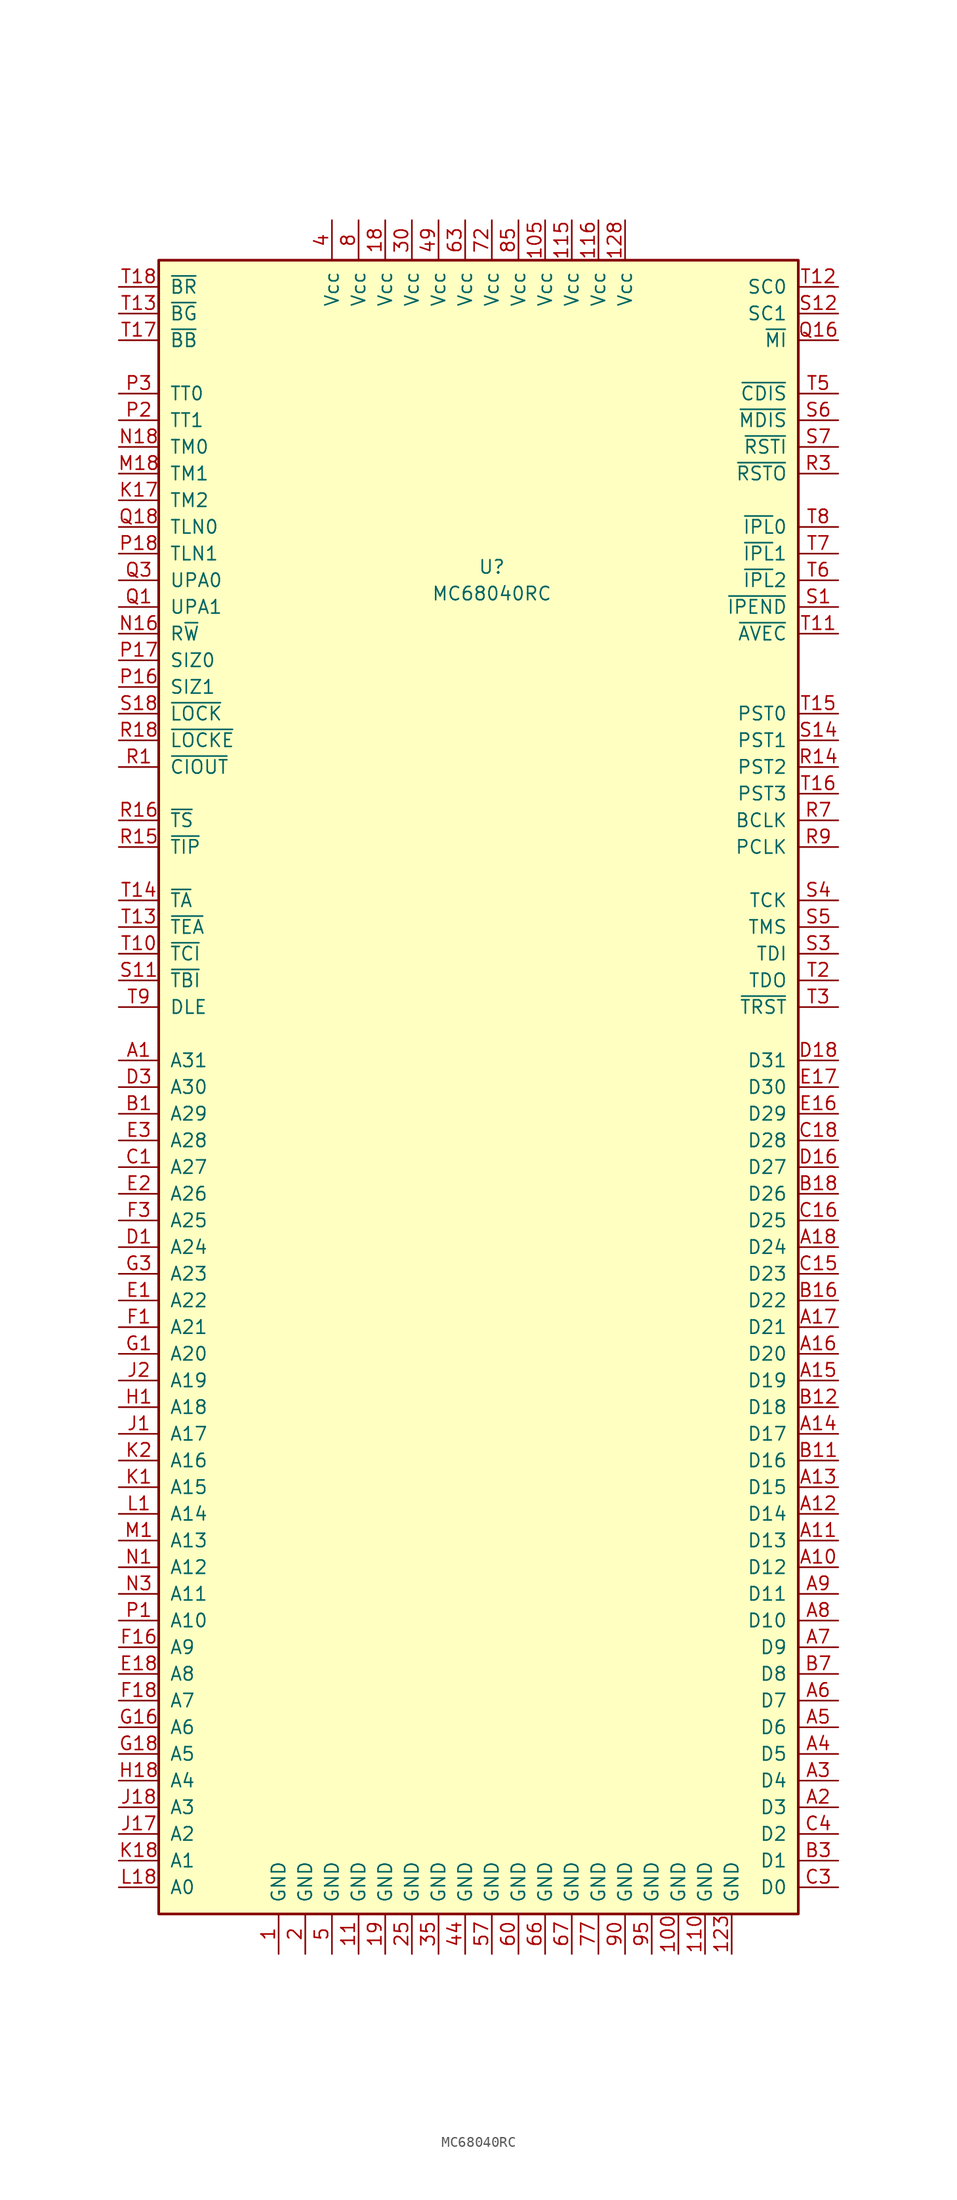
<source format=kicad_sym>
(kicad_symbol_lib
  (version 20211014)
  (generator kicad_symbol_editor)
  (symbol "MC68040RC"
    (pin_names
      (offset 1.016))
    (property "Reference" "U"
      (at 1.27 66.04 0)
      (effects (font (size 1.27 1.27))))
    (property "Value" "MC68040RC"
      (at 1.27 63.5 0)
      (effects (font (size 1.27 1.27))))
    (symbol "MC68040RC_0_1"
      (rectangle (start 30.48 -62.23) (end -30.48 95.25) (stroke (width 0.254) (type default) (color 0 0 0 0)) (fill (type background))))
    (symbol "MC68040RC_1_1"
      (pin power_in line (at -19.05 -66.04 90) (length 3.81) (name "GND" (effects (font (size 1.27 1.27)))) (number "1" (effects (font (size 1.27 1.27)))))
      (pin power_in line (at 19.05 -66.04 90) (length 3.81) (name "GND" (effects (font (size 1.27 1.27)))) (number "100" (effects (font (size 1.27 1.27)))))
      (pin power_in line (at 6.35 99.06 270) (length 3.81) (name "Vcc" (effects (font (size 1.27 1.27)))) (number "105" (effects (font (size 1.27 1.27)))))
      (pin power_in line (at -11.43 -66.04 90) (length 3.81) (name "GND" (effects (font (size 1.27 1.27)))) (number "11" (effects (font (size 1.27 1.27)))))
      (pin power_in line (at 21.59 -66.04 90) (length 3.81) (name "GND" (effects (font (size 1.27 1.27)))) (number "110" (effects (font (size 1.27 1.27)))))
      (pin power_in line (at 8.89 99.06 270) (length 3.81) (name "Vcc" (effects (font (size 1.27 1.27)))) (number "115" (effects (font (size 1.27 1.27)))))
      (pin power_in line (at 11.43 99.06 270) (length 3.81) (name "Vcc" (effects (font (size 1.27 1.27)))) (number "116" (effects (font (size 1.27 1.27)))))
      (pin power_in line (at 24.13 -66.04 90) (length 3.81) (name "GND" (effects (font (size 1.27 1.27)))) (number "123" (effects (font (size 1.27 1.27)))))
      (pin power_in line (at 13.97 99.06 270) (length 3.81) (name "Vcc" (effects (font (size 1.27 1.27)))) (number "128" (effects (font (size 1.27 1.27)))))
      (pin power_in line (at -8.89 99.06 270) (length 3.81) (name "Vcc" (effects (font (size 1.27 1.27)))) (number "18" (effects (font (size 1.27 1.27)))))
      (pin power_in line (at -8.89 -66.04 90) (length 3.81) (name "GND" (effects (font (size 1.27 1.27)))) (number "19" (effects (font (size 1.27 1.27)))))
      (pin power_in line (at -16.51 -66.04 90) (length 3.81) (name "GND" (effects (font (size 1.27 1.27)))) (number "2" (effects (font (size 1.27 1.27)))))
      (pin power_in line (at -6.35 -66.04 90) (length 3.81) (name "GND" (effects (font (size 1.27 1.27)))) (number "25" (effects (font (size 1.27 1.27)))))
      (pin power_in line (at -6.35 99.06 270) (length 3.81) (name "Vcc" (effects (font (size 1.27 1.27)))) (number "30" (effects (font (size 1.27 1.27)))))
      (pin power_in line (at -3.81 -66.04 90) (length 3.81) (name "GND" (effects (font (size 1.27 1.27)))) (number "35" (effects (font (size 1.27 1.27)))))
      (pin power_in line (at -13.97 99.06 270) (length 3.81) (name "Vcc" (effects (font (size 1.27 1.27)))) (number "4" (effects (font (size 1.27 1.27)))))
      (pin power_in line (at -1.27 -66.04 90) (length 3.81) (name "GND" (effects (font (size 1.27 1.27)))) (number "44" (effects (font (size 1.27 1.27)))))
      (pin power_in line (at -3.81 99.06 270) (length 3.81) (name "Vcc" (effects (font (size 1.27 1.27)))) (number "49" (effects (font (size 1.27 1.27)))))
      (pin power_in line (at -13.97 -66.04 90) (length 3.81) (name "GND" (effects (font (size 1.27 1.27)))) (number "5" (effects (font (size 1.27 1.27)))))
      (pin power_in line (at 1.27 -66.04 90) (length 3.81) (name "GND" (effects (font (size 1.27 1.27)))) (number "57" (effects (font (size 1.27 1.27)))))
      (pin power_in line (at 3.81 -66.04 90) (length 3.81) (name "GND" (effects (font (size 1.27 1.27)))) (number "60" (effects (font (size 1.27 1.27)))))
      (pin power_in line (at -1.27 99.06 270) (length 3.81) (name "Vcc" (effects (font (size 1.27 1.27)))) (number "63" (effects (font (size 1.27 1.27)))))
      (pin power_in line (at 6.35 -66.04 90) (length 3.81) (name "GND" (effects (font (size 1.27 1.27)))) (number "66" (effects (font (size 1.27 1.27)))))
      (pin power_in line (at 8.89 -66.04 90) (length 3.81) (name "GND" (effects (font (size 1.27 1.27)))) (number "67" (effects (font (size 1.27 1.27)))))
      (pin power_in line (at 1.27 99.06 270) (length 3.81) (name "Vcc" (effects (font (size 1.27 1.27)))) (number "72" (effects (font (size 1.27 1.27)))))
      (pin power_in line (at 11.43 -66.04 90) (length 3.81) (name "GND" (effects (font (size 1.27 1.27)))) (number "77" (effects (font (size 1.27 1.27)))))
      (pin power_in line (at -11.43 99.06 270) (length 3.81) (name "Vcc" (effects (font (size 1.27 1.27)))) (number "8" (effects (font (size 1.27 1.27)))))
      (pin power_in line (at 3.81 99.06 270) (length 3.81) (name "Vcc" (effects (font (size 1.27 1.27)))) (number "85" (effects (font (size 1.27 1.27)))))
      (pin power_in line (at 13.97 -66.04 90) (length 3.81) (name "GND" (effects (font (size 1.27 1.27)))) (number "90" (effects (font (size 1.27 1.27)))))
      (pin power_in line (at 16.51 -66.04 90) (length 3.81) (name "GND" (effects (font (size 1.27 1.27)))) (number "95" (effects (font (size 1.27 1.27)))))
      (pin bidirectional line (at -34.29 19.05 0) (length 3.81) (name "A31" (effects (font (size 1.27 1.27)))) (number "A1" (effects (font (size 1.27 1.27)))))
      (pin bidirectional line (at 34.29 -29.21 180) (length 3.81) (name "D12" (effects (font (size 1.27 1.27)))) (number "A10" (effects (font (size 1.27 1.27)))))
      (pin bidirectional line (at 34.29 -26.67 180) (length 3.81) (name "D13" (effects (font (size 1.27 1.27)))) (number "A11" (effects (font (size 1.27 1.27)))))
      (pin bidirectional line (at 34.29 -24.13 180) (length 3.81) (name "D14" (effects (font (size 1.27 1.27)))) (number "A12" (effects (font (size 1.27 1.27)))))
      (pin bidirectional line (at 34.29 -21.59 180) (length 3.81) (name "D15" (effects (font (size 1.27 1.27)))) (number "A13" (effects (font (size 1.27 1.27)))))
      (pin bidirectional line (at 34.29 -16.51 180) (length 3.81) (name "D17" (effects (font (size 1.27 1.27)))) (number "A14" (effects (font (size 1.27 1.27)))))
      (pin bidirectional line (at 34.29 -11.43 180) (length 3.81) (name "D19" (effects (font (size 1.27 1.27)))) (number "A15" (effects (font (size 1.27 1.27)))))
      (pin bidirectional line (at 34.29 -8.89 180) (length 3.81) (name "D20" (effects (font (size 1.27 1.27)))) (number "A16" (effects (font (size 1.27 1.27)))))
      (pin bidirectional line (at 34.29 -6.35 180) (length 3.81) (name "D21" (effects (font (size 1.27 1.27)))) (number "A17" (effects (font (size 1.27 1.27)))))
      (pin bidirectional line (at 34.29 1.27 180) (length 3.81) (name "D24" (effects (font (size 1.27 1.27)))) (number "A18" (effects (font (size 1.27 1.27)))))
      (pin bidirectional line (at 34.29 -52.07 180) (length 3.81) (name "D3" (effects (font (size 1.27 1.27)))) (number "A2" (effects (font (size 1.27 1.27)))))
      (pin bidirectional line (at 34.29 -49.53 180) (length 3.81) (name "D4" (effects (font (size 1.27 1.27)))) (number "A3" (effects (font (size 1.27 1.27)))))
      (pin bidirectional line (at 34.29 -46.99 180) (length 3.81) (name "D5" (effects (font (size 1.27 1.27)))) (number "A4" (effects (font (size 1.27 1.27)))))
      (pin bidirectional line (at 34.29 -44.45 180) (length 3.81) (name "D6" (effects (font (size 1.27 1.27)))) (number "A5" (effects (font (size 1.27 1.27)))))
      (pin bidirectional line (at 34.29 -41.91 180) (length 3.81) (name "D7" (effects (font (size 1.27 1.27)))) (number "A6" (effects (font (size 1.27 1.27)))))
      (pin bidirectional line (at 34.29 -36.83 180) (length 3.81) (name "D9" (effects (font (size 1.27 1.27)))) (number "A7" (effects (font (size 1.27 1.27)))))
      (pin bidirectional line (at 34.29 -34.29 180) (length 3.81) (name "D10" (effects (font (size 1.27 1.27)))) (number "A8" (effects (font (size 1.27 1.27)))))
      (pin bidirectional line (at 34.29 -31.75 180) (length 3.81) (name "D11" (effects (font (size 1.27 1.27)))) (number "A9" (effects (font (size 1.27 1.27)))))
      (pin bidirectional line (at -34.29 13.97 0) (length 3.81) (name "A29" (effects (font (size 1.27 1.27)))) (number "B1" (effects (font (size 1.27 1.27)))))
      (pin bidirectional line (at 34.29 -19.05 180) (length 3.81) (name "D16" (effects (font (size 1.27 1.27)))) (number "B11" (effects (font (size 1.27 1.27)))))
      (pin bidirectional line (at 34.29 -13.97 180) (length 3.81) (name "D18" (effects (font (size 1.27 1.27)))) (number "B12" (effects (font (size 1.27 1.27)))))
      (pin bidirectional line (at 34.29 -3.81 180) (length 3.81) (name "D22" (effects (font (size 1.27 1.27)))) (number "B16" (effects (font (size 1.27 1.27)))))
      (pin bidirectional line (at 34.29 6.35 180) (length 3.81) (name "D26" (effects (font (size 1.27 1.27)))) (number "B18" (effects (font (size 1.27 1.27)))))
      (pin bidirectional line (at 34.29 -57.15 180) (length 3.81) (name "D1" (effects (font (size 1.27 1.27)))) (number "B3" (effects (font (size 1.27 1.27)))))
      (pin bidirectional line (at 34.29 -39.37 180) (length 3.81) (name "D8" (effects (font (size 1.27 1.27)))) (number "B7" (effects (font (size 1.27 1.27)))))
      (pin tri_state line (at -34.29 8.89 0) (length 3.81) (name "A27" (effects (font (size 1.27 1.27)))) (number "C1" (effects (font (size 1.27 1.27)))))
      (pin bidirectional line (at 34.29 -1.27 180) (length 3.81) (name "D23" (effects (font (size 1.27 1.27)))) (number "C15" (effects (font (size 1.27 1.27)))))
      (pin bidirectional line (at 34.29 3.81 180) (length 3.81) (name "D25" (effects (font (size 1.27 1.27)))) (number "C16" (effects (font (size 1.27 1.27)))))
      (pin bidirectional line (at 34.29 11.43 180) (length 3.81) (name "D28" (effects (font (size 1.27 1.27)))) (number "C18" (effects (font (size 1.27 1.27)))))
      (pin bidirectional line (at 34.29 -59.69 180) (length 3.81) (name "D0" (effects (font (size 1.27 1.27)))) (number "C3" (effects (font (size 1.27 1.27)))))
      (pin bidirectional line (at 34.29 -54.61 180) (length 3.81) (name "D2" (effects (font (size 1.27 1.27)))) (number "C4" (effects (font (size 1.27 1.27)))))
      (pin tri_state line (at -34.29 1.27 0) (length 3.81) (name "A24" (effects (font (size 1.27 1.27)))) (number "D1" (effects (font (size 1.27 1.27)))))
      (pin bidirectional line (at 34.29 8.89 180) (length 3.81) (name "D27" (effects (font (size 1.27 1.27)))) (number "D16" (effects (font (size 1.27 1.27)))))
      (pin bidirectional line (at 34.29 19.05 180) (length 3.81) (name "D31" (effects (font (size 1.27 1.27)))) (number "D18" (effects (font (size 1.27 1.27)))))
      (pin bidirectional line (at -34.29 16.51 0) (length 3.81) (name "A30" (effects (font (size 1.27 1.27)))) (number "D3" (effects (font (size 1.27 1.27)))))
      (pin tri_state line (at -34.29 -3.81 0) (length 3.81) (name "A22" (effects (font (size 1.27 1.27)))) (number "E1" (effects (font (size 1.27 1.27)))))
      (pin bidirectional line (at 34.29 13.97 180) (length 3.81) (name "D29" (effects (font (size 1.27 1.27)))) (number "E16" (effects (font (size 1.27 1.27)))))
      (pin bidirectional line (at 34.29 16.51 180) (length 3.81) (name "D30" (effects (font (size 1.27 1.27)))) (number "E17" (effects (font (size 1.27 1.27)))))
      (pin tri_state line (at -34.29 -39.37 0) (length 3.81) (name "A8" (effects (font (size 1.27 1.27)))) (number "E18" (effects (font (size 1.27 1.27)))))
      (pin tri_state line (at -34.29 6.35 0) (length 3.81) (name "A26" (effects (font (size 1.27 1.27)))) (number "E2" (effects (font (size 1.27 1.27)))))
      (pin bidirectional line (at -34.29 11.43 0) (length 3.81) (name "A28" (effects (font (size 1.27 1.27)))) (number "E3" (effects (font (size 1.27 1.27)))))
      (pin tri_state line (at -34.29 -6.35 0) (length 3.81) (name "A21" (effects (font (size 1.27 1.27)))) (number "F1" (effects (font (size 1.27 1.27)))))
      (pin tri_state line (at -34.29 -36.83 0) (length 3.81) (name "A9" (effects (font (size 1.27 1.27)))) (number "F16" (effects (font (size 1.27 1.27)))))
      (pin tri_state line (at -34.29 -41.91 0) (length 3.81) (name "A7" (effects (font (size 1.27 1.27)))) (number "F18" (effects (font (size 1.27 1.27)))))
      (pin tri_state line (at -34.29 3.81 0) (length 3.81) (name "A25" (effects (font (size 1.27 1.27)))) (number "F3" (effects (font (size 1.27 1.27)))))
      (pin tri_state line (at -34.29 -8.89 0) (length 3.81) (name "A20" (effects (font (size 1.27 1.27)))) (number "G1" (effects (font (size 1.27 1.27)))))
      (pin tri_state line (at -34.29 -44.45 0) (length 3.81) (name "A6" (effects (font (size 1.27 1.27)))) (number "G16" (effects (font (size 1.27 1.27)))))
      (pin tri_state line (at -34.29 -46.99 0) (length 3.81) (name "A5" (effects (font (size 1.27 1.27)))) (number "G18" (effects (font (size 1.27 1.27)))))
      (pin tri_state line (at -34.29 -1.27 0) (length 3.81) (name "A23" (effects (font (size 1.27 1.27)))) (number "G3" (effects (font (size 1.27 1.27)))))
      (pin tri_state line (at -34.29 -13.97 0) (length 3.81) (name "A18" (effects (font (size 1.27 1.27)))) (number "H1" (effects (font (size 1.27 1.27)))))
      (pin tri_state line (at -34.29 -49.53 0) (length 3.81) (name "A4" (effects (font (size 1.27 1.27)))) (number "H18" (effects (font (size 1.27 1.27)))))
      (pin tri_state line (at -34.29 -16.51 0) (length 3.81) (name "A17" (effects (font (size 1.27 1.27)))) (number "J1" (effects (font (size 1.27 1.27)))))
      (pin tri_state line (at -34.29 -54.61 0) (length 3.81) (name "A2" (effects (font (size 1.27 1.27)))) (number "J17" (effects (font (size 1.27 1.27)))))
      (pin tri_state line (at -34.29 -52.07 0) (length 3.81) (name "A3" (effects (font (size 1.27 1.27)))) (number "J18" (effects (font (size 1.27 1.27)))))
      (pin tri_state line (at -34.29 -11.43 0) (length 3.81) (name "A19" (effects (font (size 1.27 1.27)))) (number "J2" (effects (font (size 1.27 1.27)))))
      (pin tri_state line (at -34.29 -21.59 0) (length 3.81) (name "A15" (effects (font (size 1.27 1.27)))) (number "K1" (effects (font (size 1.27 1.27)))))
      (pin tri_state line (at -34.29 72.39 0) (length 3.81) (name "TM2" (effects (font (size 1.27 1.27)))) (number "K17" (effects (font (size 1.27 1.27)))))
      (pin tri_state line (at -34.29 -57.15 0) (length 3.81) (name "A1" (effects (font (size 1.27 1.27)))) (number "K18" (effects (font (size 1.27 1.27)))))
      (pin tri_state line (at -34.29 -19.05 0) (length 3.81) (name "A16" (effects (font (size 1.27 1.27)))) (number "K2" (effects (font (size 1.27 1.27)))))
      (pin tri_state line (at -34.29 -24.13 0) (length 3.81) (name "A14" (effects (font (size 1.27 1.27)))) (number "L1" (effects (font (size 1.27 1.27)))))
      (pin tri_state line (at -34.29 -59.69 0) (length 3.81) (name "A0" (effects (font (size 1.27 1.27)))) (number "L18" (effects (font (size 1.27 1.27)))))
      (pin tri_state line (at -34.29 -26.67 0) (length 3.81) (name "A13" (effects (font (size 1.27 1.27)))) (number "M1" (effects (font (size 1.27 1.27)))))
      (pin tri_state line (at -34.29 74.93 0) (length 3.81) (name "TM1" (effects (font (size 1.27 1.27)))) (number "M18" (effects (font (size 1.27 1.27)))))
      (pin tri_state line (at -34.29 -29.21 0) (length 3.81) (name "A12" (effects (font (size 1.27 1.27)))) (number "N1" (effects (font (size 1.27 1.27)))))
      (pin bidirectional line (at -34.29 59.69 0) (length 3.81) (name "R~{W}" (effects (font (size 1.27 1.27)))) (number "N16" (effects (font (size 1.27 1.27)))))
      (pin tri_state line (at -34.29 77.47 0) (length 3.81) (name "TM0" (effects (font (size 1.27 1.27)))) (number "N18" (effects (font (size 1.27 1.27)))))
      (pin tri_state line (at -34.29 -31.75 0) (length 3.81) (name "A11" (effects (font (size 1.27 1.27)))) (number "N3" (effects (font (size 1.27 1.27)))))
      (pin tri_state line (at -34.29 -34.29 0) (length 3.81) (name "A10" (effects (font (size 1.27 1.27)))) (number "P1" (effects (font (size 1.27 1.27)))))
      (pin bidirectional line (at -34.29 54.61 0) (length 3.81) (name "SIZ1" (effects (font (size 1.27 1.27)))) (number "P16" (effects (font (size 1.27 1.27)))))
      (pin bidirectional line (at -34.29 57.15 0) (length 3.81) (name "SIZ0" (effects (font (size 1.27 1.27)))) (number "P17" (effects (font (size 1.27 1.27)))))
      (pin tri_state line (at -34.29 67.31 0) (length 3.81) (name "TLN1" (effects (font (size 1.27 1.27)))) (number "P18" (effects (font (size 1.27 1.27)))))
      (pin bidirectional line (at -34.29 80.01 0) (length 3.81) (name "TT1" (effects (font (size 1.27 1.27)))) (number "P2" (effects (font (size 1.27 1.27)))))
      (pin bidirectional line (at -34.29 82.55 0) (length 3.81) (name "TT0" (effects (font (size 1.27 1.27)))) (number "P3" (effects (font (size 1.27 1.27)))))
      (pin tri_state line (at -34.29 62.23 0) (length 3.81) (name "UPA1" (effects (font (size 1.27 1.27)))) (number "Q1" (effects (font (size 1.27 1.27)))))
      (pin tri_state line (at 34.29 87.63 180) (length 3.81) (name "~{MI}" (effects (font (size 1.27 1.27)))) (number "Q16" (effects (font (size 1.27 1.27)))))
      (pin tri_state line (at -34.29 69.85 0) (length 3.81) (name "TLN0" (effects (font (size 1.27 1.27)))) (number "Q18" (effects (font (size 1.27 1.27)))))
      (pin tri_state line (at -34.29 64.77 0) (length 3.81) (name "UPA0" (effects (font (size 1.27 1.27)))) (number "Q3" (effects (font (size 1.27 1.27)))))
      (pin tri_state line (at -34.29 46.99 0) (length 3.81) (name "~{CIOUT}" (effects (font (size 1.27 1.27)))) (number "R1" (effects (font (size 1.27 1.27)))))
      (pin input line (at 34.29 46.99 180) (length 3.81) (name "PST2" (effects (font (size 1.27 1.27)))) (number "R14" (effects (font (size 1.27 1.27)))))
      (pin tri_state line (at -34.29 39.37 0) (length 3.81) (name "~{TIP}" (effects (font (size 1.27 1.27)))) (number "R15" (effects (font (size 1.27 1.27)))))
      (pin bidirectional line (at -34.29 41.91 0) (length 3.81) (name "~{TS}" (effects (font (size 1.27 1.27)))) (number "R16" (effects (font (size 1.27 1.27)))))
      (pin tri_state line (at -34.29 49.53 0) (length 3.81) (name "~{LOCKE}" (effects (font (size 1.27 1.27)))) (number "R18" (effects (font (size 1.27 1.27)))))
      (pin output line (at 34.29 74.93 180) (length 3.81) (name "~{RSTO}" (effects (font (size 1.27 1.27)))) (number "R3" (effects (font (size 1.27 1.27)))))
      (pin input line (at 34.29 41.91 180) (length 3.81) (name "BCLK" (effects (font (size 1.27 1.27)))) (number "R7" (effects (font (size 1.27 1.27)))))
      (pin input line (at 34.29 39.37 180) (length 3.81) (name "PCLK" (effects (font (size 1.27 1.27)))) (number "R9" (effects (font (size 1.27 1.27)))))
      (pin output line (at 34.29 62.23 180) (length 3.81) (name "~{IPEND}" (effects (font (size 1.27 1.27)))) (number "S1" (effects (font (size 1.27 1.27)))))
      (pin input line (at -34.29 26.67 0) (length 3.81) (name "~{TBI}" (effects (font (size 1.27 1.27)))) (number "S11" (effects (font (size 1.27 1.27)))))
      (pin bidirectional line (at 34.29 90.17 180) (length 3.81) (name "SC1" (effects (font (size 1.27 1.27)))) (number "S12" (effects (font (size 1.27 1.27)))))
      (pin input line (at 34.29 49.53 180) (length 3.81) (name "PST1" (effects (font (size 1.27 1.27)))) (number "S14" (effects (font (size 1.27 1.27)))))
      (pin tri_state line (at -34.29 52.07 0) (length 3.81) (name "~{LOCK}" (effects (font (size 1.27 1.27)))) (number "S18" (effects (font (size 1.27 1.27)))))
      (pin input line (at 34.29 29.21 180) (length 3.81) (name "TDI" (effects (font (size 1.27 1.27)))) (number "S3" (effects (font (size 1.27 1.27)))))
      (pin input line (at 34.29 34.29 180) (length 3.81) (name "TCK" (effects (font (size 1.27 1.27)))) (number "S4" (effects (font (size 1.27 1.27)))))
      (pin input line (at 34.29 31.75 180) (length 3.81) (name "TMS" (effects (font (size 1.27 1.27)))) (number "S5" (effects (font (size 1.27 1.27)))))
      (pin input line (at 34.29 80.01 180) (length 3.81) (name "~{MDIS}" (effects (font (size 1.27 1.27)))) (number "S6" (effects (font (size 1.27 1.27)))))
      (pin input line (at 34.29 77.47 180) (length 3.81) (name "~{RSTI}" (effects (font (size 1.27 1.27)))) (number "S7" (effects (font (size 1.27 1.27)))))
      (pin input line (at -34.29 29.21 0) (length 3.81) (name "~{TCI}" (effects (font (size 1.27 1.27)))) (number "T10" (effects (font (size 1.27 1.27)))))
      (pin input line (at 34.29 59.69 180) (length 3.81) (name "~{AVEC}" (effects (font (size 1.27 1.27)))) (number "T11" (effects (font (size 1.27 1.27)))))
      (pin bidirectional line (at 34.29 92.71 180) (length 3.81) (name "SC0" (effects (font (size 1.27 1.27)))) (number "T12" (effects (font (size 1.27 1.27)))))
      (pin input line (at -34.29 90.17 0) (length 3.81) (name "~{BG}" (effects (font (size 1.27 1.27)))) (number "T13" (effects (font (size 1.27 1.27)))))
      (pin input line (at -34.29 31.75 0) (length 3.81) (name "~{TEA}" (effects (font (size 1.27 1.27)))) (number "T13" (effects (font (size 1.27 1.27)))))
      (pin bidirectional line (at -34.29 34.29 0) (length 3.81) (name "~{TA}" (effects (font (size 1.27 1.27)))) (number "T14" (effects (font (size 1.27 1.27)))))
      (pin input line (at 34.29 52.07 180) (length 3.81) (name "PST0" (effects (font (size 1.27 1.27)))) (number "T15" (effects (font (size 1.27 1.27)))))
      (pin input line (at 34.29 44.45 180) (length 3.81) (name "PST3" (effects (font (size 1.27 1.27)))) (number "T16" (effects (font (size 1.27 1.27)))))
      (pin bidirectional line (at -34.29 87.63 0) (length 3.81) (name "~{BB}" (effects (font (size 1.27 1.27)))) (number "T17" (effects (font (size 1.27 1.27)))))
      (pin output line (at -34.29 92.71 0) (length 3.81) (name "~{BR}" (effects (font (size 1.27 1.27)))) (number "T18" (effects (font (size 1.27 1.27)))))
      (pin output line (at 34.29 26.67 180) (length 3.81) (name "TDO" (effects (font (size 1.27 1.27)))) (number "T2" (effects (font (size 1.27 1.27)))))
      (pin input line (at 34.29 24.13 180) (length 3.81) (name "~{TRST}" (effects (font (size 1.27 1.27)))) (number "T3" (effects (font (size 1.27 1.27)))))
      (pin input line (at 34.29 82.55 180) (length 3.81) (name "~{CDIS}" (effects (font (size 1.27 1.27)))) (number "T5" (effects (font (size 1.27 1.27)))))
      (pin input line (at 34.29 64.77 180) (length 3.81) (name "~{IPL}2" (effects (font (size 1.27 1.27)))) (number "T6" (effects (font (size 1.27 1.27)))))
      (pin input line (at 34.29 67.31 180) (length 3.81) (name "~{IPL}1" (effects (font (size 1.27 1.27)))) (number "T7" (effects (font (size 1.27 1.27)))))
      (pin input line (at 34.29 69.85 180) (length 3.81) (name "~{IPL}0" (effects (font (size 1.27 1.27)))) (number "T8" (effects (font (size 1.27 1.27)))))
      (pin input line (at -34.29 24.13 0) (length 3.81) (name "DLE" (effects (font (size 1.27 1.27)))) (number "T9" (effects (font (size 1.27 1.27))))))))
</source>
